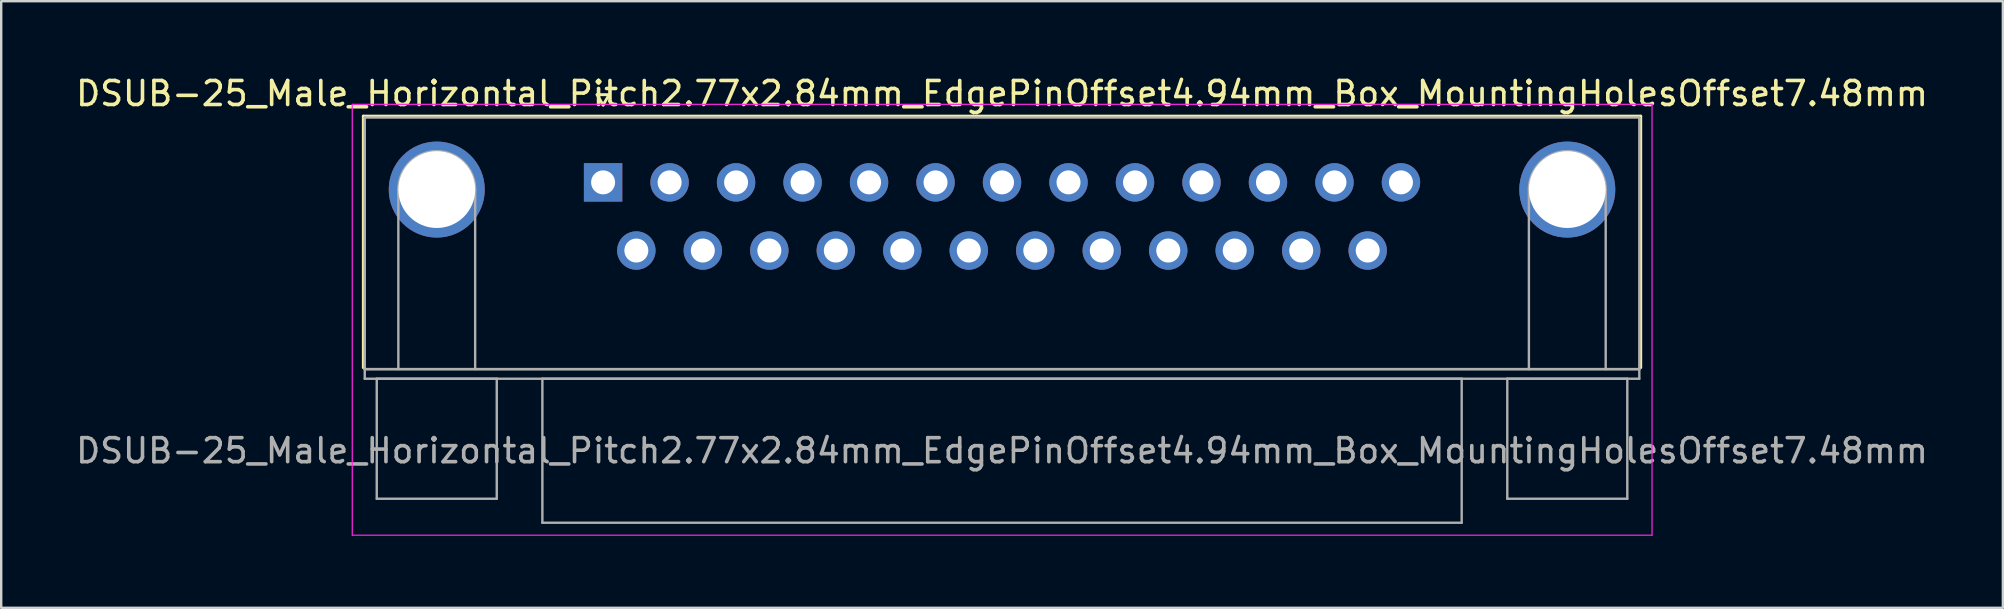
<source format=kicad_pcb>
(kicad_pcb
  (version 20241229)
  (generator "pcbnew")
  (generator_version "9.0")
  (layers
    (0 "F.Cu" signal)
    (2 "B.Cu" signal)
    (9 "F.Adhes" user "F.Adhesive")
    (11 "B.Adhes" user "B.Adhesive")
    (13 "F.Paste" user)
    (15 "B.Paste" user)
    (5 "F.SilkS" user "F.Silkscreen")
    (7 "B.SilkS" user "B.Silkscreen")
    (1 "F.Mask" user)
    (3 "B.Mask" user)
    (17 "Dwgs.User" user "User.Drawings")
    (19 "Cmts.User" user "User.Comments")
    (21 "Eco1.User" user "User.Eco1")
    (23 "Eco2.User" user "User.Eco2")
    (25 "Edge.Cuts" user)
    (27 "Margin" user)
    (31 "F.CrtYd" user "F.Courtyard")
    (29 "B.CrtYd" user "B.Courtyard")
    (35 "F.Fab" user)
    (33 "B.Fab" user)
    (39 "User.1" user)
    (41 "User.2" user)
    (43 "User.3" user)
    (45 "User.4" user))
  (footprint "DSUB-25_Male_Horizontal_Pitch2.77x2.84mm_EdgePinOffset4.94mm_Box_MountingHolesOffset7.48mm"
    (layer "F.Cu")
    (at 22.076 4.548)
    (property "Reference" "DSUB-25_Male_Horizontal_Pitch2.77x2.84mm_EdgePinOffset4.94mm_Box_MountingHolesOffset7.48mm" (at 16.62 -3.7 0) (layer "F.SilkS") (effects (font (size 1 1) (thickness 0.15))))
    (attr through_hole)
    (fp_line (start -9.99 -2.76) (end 43.23 -2.76) (stroke (width 0.12) (type solid)) (layer "F.SilkS"))
    (fp_line (start -9.99 7.72) (end -9.99 -2.76) (stroke (width 0.12) (type solid)) (layer "F.SilkS"))
    (fp_line (start -0.25 -3.654) (end 0.25 -3.654) (stroke (width 0.12) (type solid)) (layer "F.SilkS"))
    (fp_line (start 0 -3.221) (end -0.25 -3.654) (stroke (width 0.12) (type solid)) (layer "F.SilkS"))
    (fp_line (start 0.25 -3.654) (end 0 -3.221) (stroke (width 0.12) (type solid)) (layer "F.SilkS"))
    (fp_line (start 43.23 -2.76) (end 43.23 7.72) (stroke (width 0.12) (type solid)) (layer "F.SilkS"))
    (fp_line (start -10.45 -3.25) (end -10.45 14.7) (stroke (width 0.05) (type solid)) (layer "F.CrtYd"))
    (fp_line (start -10.45 14.7) (end 43.7 14.7) (stroke (width 0.05) (type solid)) (layer "F.CrtYd"))
    (fp_line (start 43.7 -3.25) (end -10.45 -3.25) (stroke (width 0.05) (type solid)) (layer "F.CrtYd"))
    (fp_line (start 43.7 14.7) (end 43.7 -3.25) (stroke (width 0.05) (type solid)) (layer "F.CrtYd"))
    (fp_line (start -9.93 -2.7) (end -9.93 7.78) (stroke (width 0.1) (type solid)) (layer "F.Fab"))
    (fp_line (start -9.93 7.78) (end -9.93 8.18) (stroke (width 0.1) (type solid)) (layer "F.Fab"))
    (fp_line (start -9.93 7.78) (end 43.17 7.78) (stroke (width 0.1) (type solid)) (layer "F.Fab"))
    (fp_line (start -9.93 8.18) (end 43.17 8.18) (stroke (width 0.1) (type solid)) (layer "F.Fab"))
    (fp_line (start -9.43 8.18) (end -9.43 13.18) (stroke (width 0.1) (type solid)) (layer "F.Fab"))
    (fp_line (start -9.43 13.18) (end -4.43 13.18) (stroke (width 0.1) (type solid)) (layer "F.Fab"))
    (fp_line (start -8.53 7.78) (end -8.53 0.3) (stroke (width 0.1) (type solid)) (layer "F.Fab"))
    (fp_line (start -5.33 7.78) (end -5.33 0.3) (stroke (width 0.1) (type solid)) (layer "F.Fab"))
    (fp_line (start -4.43 8.18) (end -9.43 8.18) (stroke (width 0.1) (type solid)) (layer "F.Fab"))
    (fp_line (start -4.43 13.18) (end -4.43 8.18) (stroke (width 0.1) (type solid)) (layer "F.Fab"))
    (fp_line (start -2.53 8.18) (end -2.53 14.18) (stroke (width 0.1) (type solid)) (layer "F.Fab"))
    (fp_line (start -2.53 14.18) (end 35.77 14.18) (stroke (width 0.1) (type solid)) (layer "F.Fab"))
    (fp_line (start 35.77 8.18) (end -2.53 8.18) (stroke (width 0.1) (type solid)) (layer "F.Fab"))
    (fp_line (start 35.77 14.18) (end 35.77 8.18) (stroke (width 0.1) (type solid)) (layer "F.Fab"))
    (fp_line (start 37.67 8.18) (end 37.67 13.18) (stroke (width 0.1) (type solid)) (layer "F.Fab"))
    (fp_line (start 37.67 13.18) (end 42.67 13.18) (stroke (width 0.1) (type solid)) (layer "F.Fab"))
    (fp_line (start 38.57 7.78) (end 38.57 0.3) (stroke (width 0.1) (type solid)) (layer "F.Fab"))
    (fp_line (start 41.77 7.78) (end 41.77 0.3) (stroke (width 0.1) (type solid)) (layer "F.Fab"))
    (fp_line (start 42.67 8.18) (end 37.67 8.18) (stroke (width 0.1) (type solid)) (layer "F.Fab"))
    (fp_line (start 42.67 13.18) (end 42.67 8.18) (stroke (width 0.1) (type solid)) (layer "F.Fab"))
    (fp_line (start 43.17 -2.7) (end -9.93 -2.7) (stroke (width 0.1) (type solid)) (layer "F.Fab"))
    (fp_line (start 43.17 7.78) (end -9.93 7.78) (stroke (width 0.1) (type solid)) (layer "F.Fab"))
    (fp_line (start 43.17 7.78) (end 43.17 -2.7) (stroke (width 0.1) (type solid)) (layer "F.Fab"))
    (fp_line (start 43.17 8.18) (end 43.17 7.78) (stroke (width 0.1) (type solid)) (layer "F.Fab"))
    (fp_arc (start -8.53 0.3) (mid -6.93 -1.3) (end -5.33 0.3) (stroke (width 0.1) (type solid)) (layer "F.Fab"))
    (fp_arc (start 38.57 0.3) (mid 40.17 -1.3) (end 41.77 0.3) (stroke (width 0.1) (type solid)) (layer "F.Fab"))
    (fp_text user "${REFERENCE}" (at 16.62 11.18 0) (layer "F.Fab") (effects (font (size 1 1) (thickness 0.15))))
    (pad "0" thru_hole circle (at -6.93 0.3) (size 4 4) (drill 3.2) (layers "*.Cu" "*.Mask"))
    (pad "0" thru_hole circle (at 40.17 0.3) (size 4 4) (drill 3.2) (layers "*.Cu" "*.Mask"))
    (pad "1" thru_hole rect (at 0 0) (size 1.6 1.6) (drill 1) (layers "*.Cu" "*.Mask"))
    (pad "2" thru_hole circle (at 2.77 0) (size 1.6 1.6) (drill 1) (layers "*.Cu" "*.Mask"))
    (pad "3" thru_hole circle (at 5.54 0) (size 1.6 1.6) (drill 1) (layers "*.Cu" "*.Mask"))
    (pad "4" thru_hole circle (at 8.31 0) (size 1.6 1.6) (drill 1) (layers "*.Cu" "*.Mask"))
    (pad "5" thru_hole circle (at 11.08 0) (size 1.6 1.6) (drill 1) (layers "*.Cu" "*.Mask"))
    (pad "6" thru_hole circle (at 13.85 0) (size 1.6 1.6) (drill 1) (layers "*.Cu" "*.Mask"))
    (pad "7" thru_hole circle (at 16.62 0) (size 1.6 1.6) (drill 1) (layers "*.Cu" "*.Mask"))
    (pad "8" thru_hole circle (at 19.39 0) (size 1.6 1.6) (drill 1) (layers "*.Cu" "*.Mask"))
    (pad "9" thru_hole circle (at 22.16 0) (size 1.6 1.6) (drill 1) (layers "*.Cu" "*.Mask"))
    (pad "10" thru_hole circle (at 24.93 0) (size 1.6 1.6) (drill 1) (layers "*.Cu" "*.Mask"))
    (pad "11" thru_hole circle (at 27.7 0) (size 1.6 1.6) (drill 1) (layers "*.Cu" "*.Mask"))
    (pad "12" thru_hole circle (at 30.47 0) (size 1.6 1.6) (drill 1) (layers "*.Cu" "*.Mask"))
    (pad "13" thru_hole circle (at 33.24 0) (size 1.6 1.6) (drill 1) (layers "*.Cu" "*.Mask"))
    (pad "14" thru_hole circle (at 1.385 2.84) (size 1.6 1.6) (drill 1) (layers "*.Cu" "*.Mask"))
    (pad "15" thru_hole circle (at 4.155 2.84) (size 1.6 1.6) (drill 1) (layers "*.Cu" "*.Mask"))
    (pad "16" thru_hole circle (at 6.925 2.84) (size 1.6 1.6) (drill 1) (layers "*.Cu" "*.Mask"))
    (pad "17" thru_hole circle (at 9.695 2.84) (size 1.6 1.6) (drill 1) (layers "*.Cu" "*.Mask"))
    (pad "18" thru_hole circle (at 12.465 2.84) (size 1.6 1.6) (drill 1) (layers "*.Cu" "*.Mask"))
    (pad "19" thru_hole circle (at 15.235 2.84) (size 1.6 1.6) (drill 1) (layers "*.Cu" "*.Mask"))
    (pad "20" thru_hole circle (at 18.005 2.84) (size 1.6 1.6) (drill 1) (layers "*.Cu" "*.Mask"))
    (pad "21" thru_hole circle (at 20.775 2.84) (size 1.6 1.6) (drill 1) (layers "*.Cu" "*.Mask"))
    (pad "22" thru_hole circle (at 23.545 2.84) (size 1.6 1.6) (drill 1) (layers "*.Cu" "*.Mask"))
    (pad "23" thru_hole circle (at 26.315 2.84) (size 1.6 1.6) (drill 1) (layers "*.Cu" "*.Mask"))
    (pad "24" thru_hole circle (at 29.085 2.84) (size 1.6 1.6) (drill 1) (layers "*.Cu" "*.Mask"))
    (pad "25" thru_hole circle (at 31.855 2.84) (size 1.6 1.6) (drill 1) (layers "*.Cu" "*.Mask")))
  (gr_rect
    (start -3 -3)
    (end 80.393 22.273)
    (stroke (width 0.1) (type default))
    (fill no)
    (layer "Edge.Cuts")))
</source>
